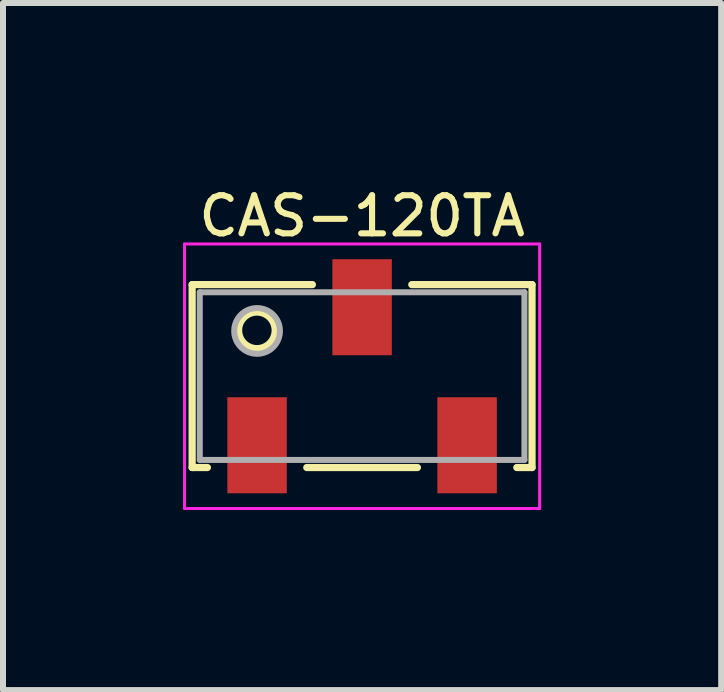
<source format=kicad_pcb>
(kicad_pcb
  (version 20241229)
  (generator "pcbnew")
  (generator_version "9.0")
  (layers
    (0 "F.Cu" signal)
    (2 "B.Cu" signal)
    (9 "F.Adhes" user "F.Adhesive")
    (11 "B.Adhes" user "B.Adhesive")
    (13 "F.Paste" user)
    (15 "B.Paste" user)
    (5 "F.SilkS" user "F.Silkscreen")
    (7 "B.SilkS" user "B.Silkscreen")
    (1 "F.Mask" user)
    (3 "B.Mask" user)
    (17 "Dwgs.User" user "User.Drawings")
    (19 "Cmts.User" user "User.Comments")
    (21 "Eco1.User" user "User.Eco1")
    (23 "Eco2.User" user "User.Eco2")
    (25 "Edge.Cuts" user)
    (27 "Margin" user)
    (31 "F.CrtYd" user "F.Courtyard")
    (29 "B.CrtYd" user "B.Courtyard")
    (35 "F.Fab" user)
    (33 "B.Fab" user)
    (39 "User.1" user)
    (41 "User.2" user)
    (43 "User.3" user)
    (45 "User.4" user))
  (footprint "CAS-120TA"
    (layer "F.Cu")
    (at 2.984 3.217)
    (property "Reference" "CAS-120TA" (at 0 -2.667 0) (layer "F.SilkS") (effects (font (size 0.635 0.635) (thickness 0.102))))
    (attr smd)
    (fp_line (start -2.832 -1.524) (end -2.832 1.524) (stroke (width 0.12) (type solid)) (layer "F.SilkS"))
    (fp_line (start -2.832 1.524) (end -2.578 1.524) (stroke (width 0.12) (type solid)) (layer "F.SilkS"))
    (fp_line (start -0.922 1.524) (end 0.922 1.524) (stroke (width 0.12) (type solid)) (layer "F.SilkS"))
    (fp_line (start -0.828 -1.524) (end -2.832 -1.524) (stroke (width 0.12) (type solid)) (layer "F.SilkS"))
    (fp_line (start 2.578 1.524) (end 2.832 1.524) (stroke (width 0.12) (type solid)) (layer "F.SilkS"))
    (fp_line (start 2.832 -1.524) (end 0.828 -1.524) (stroke (width 0.12) (type solid)) (layer "F.SilkS"))
    (fp_line (start 2.832 1.524) (end 2.832 -1.524) (stroke (width 0.12) (type solid)) (layer "F.SilkS"))
    (fp_circle (center -1.753 -0.762) (end -1.448 -0.762) (stroke (width 0.12) (type solid)) (fill no) (layer "F.SilkS"))
    (fp_line (start -2.959 -2.201) (end -2.959 2.207) (stroke (width 0.05) (type solid)) (layer "F.CrtYd"))
    (fp_line (start -2.959 2.207) (end 2.959 2.207) (stroke (width 0.05) (type solid)) (layer "F.CrtYd"))
    (fp_line (start 2.959 -2.201) (end -2.959 -2.201) (stroke (width 0.05) (type solid)) (layer "F.CrtYd"))
    (fp_line (start 2.959 2.207) (end 2.959 -2.201) (stroke (width 0.05) (type solid)) (layer "F.CrtYd"))
    (fp_line (start -2.705 -1.397) (end -2.705 1.397) (stroke (width 0.1) (type solid)) (layer "F.Fab"))
    (fp_line (start -2.705 1.397) (end 2.705 1.397) (stroke (width 0.1) (type solid)) (layer "F.Fab"))
    (fp_line (start 2.705 -1.397) (end -2.705 -1.397) (stroke (width 0.1) (type solid)) (layer "F.Fab"))
    (fp_line (start 2.705 1.397) (end 2.705 -1.397) (stroke (width 0.1) (type solid)) (layer "F.Fab"))
    (fp_circle (center -1.75 -0.752) (end -1.369 -0.752) (stroke (width 0.1) (type solid)) (fill no) (layer "F.Fab"))
    (pad "1" smd rect (at -1.75 1.153) (size 0.991 1.6) (layers "F.Cu" "F.Mask" "F.Paste"))
    (pad "2" smd rect (at 0 -1.147) (size 0.991 1.6) (layers "F.Cu" "F.Mask" "F.Paste"))
    (pad "3" smd rect (at 1.75 1.153) (size 0.991 1.6) (layers "F.Cu" "F.Mask" "F.Paste")))
  (gr_rect
    (start -3 -3)
    (end 8.968 8.449)
    (stroke (width 0.1) (type default))
    (fill no)
    (layer "Edge.Cuts")))
</source>
